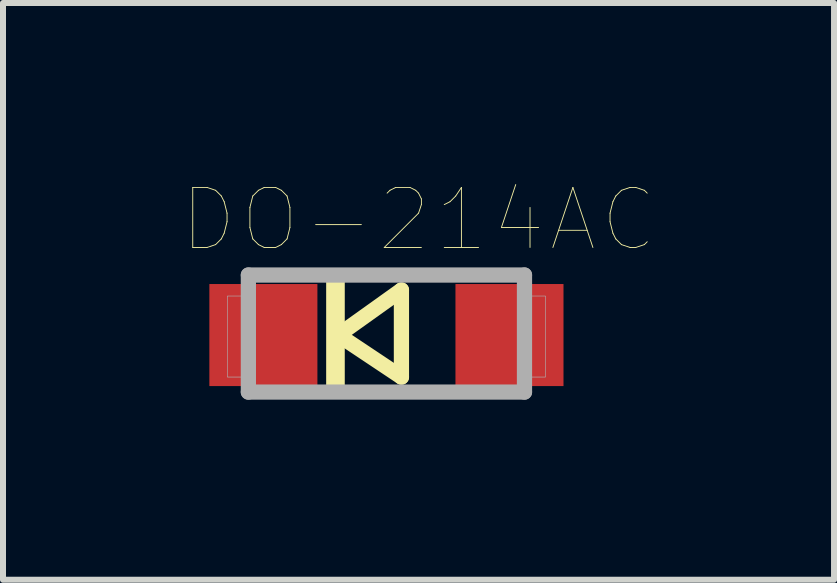
<source format=kicad_pcb>
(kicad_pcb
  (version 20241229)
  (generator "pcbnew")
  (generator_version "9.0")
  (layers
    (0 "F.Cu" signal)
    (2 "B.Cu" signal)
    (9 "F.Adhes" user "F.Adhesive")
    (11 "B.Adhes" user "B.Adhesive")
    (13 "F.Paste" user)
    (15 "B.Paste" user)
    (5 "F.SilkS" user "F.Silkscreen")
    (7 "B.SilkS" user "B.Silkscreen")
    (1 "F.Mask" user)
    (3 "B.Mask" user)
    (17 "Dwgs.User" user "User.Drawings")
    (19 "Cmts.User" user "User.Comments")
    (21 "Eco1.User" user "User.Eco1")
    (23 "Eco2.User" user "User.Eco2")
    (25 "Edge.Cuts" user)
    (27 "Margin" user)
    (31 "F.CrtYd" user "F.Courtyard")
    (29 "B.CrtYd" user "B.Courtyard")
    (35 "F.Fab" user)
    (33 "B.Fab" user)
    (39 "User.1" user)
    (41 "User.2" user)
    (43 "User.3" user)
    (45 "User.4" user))
  (footprint "DO-214AC"
    (layer "F.Cu")
    (at 3.388 2.532)
    (property "Reference" "DO-214AC" (at 0.535 -1.921 0) (layer "F.SilkS") (effects (font (size 1 1) (thickness 0.015))))
    (attr through_hole)
    (fp_line (start -0.8 0) (end 0.25 -0.75) (stroke (width 0.254) (type solid)) (layer "F.SilkS"))
    (fp_line (start 0.25 -0.75) (end 0.25 0.7) (stroke (width 0.254) (type solid)) (layer "F.SilkS"))
    (fp_line (start 0.25 0.7) (end -0.8 0) (stroke (width 0.254) (type solid)) (layer "F.SilkS"))
    (fp_poly (pts (xy -1 -1.05) (xy -0.7 -1.05) (xy -0.7 1.05) (xy -1 1.05)) (stroke (width 0.01) (type solid)) (fill yes) (layer "F.SilkS"))
    (fp_line (start -2.3 -1) (end 2.3 -1) (stroke (width 0.254) (type solid)) (layer "F.Fab"))
    (fp_line (start -2.3 0.95) (end -2.3 -1) (stroke (width 0.254) (type solid)) (layer "F.Fab"))
    (fp_line (start 2.3 -1) (end 2.3 0.95) (stroke (width 0.254) (type solid)) (layer "F.Fab"))
    (fp_line (start 2.3 0.95) (end -2.3 0.95) (stroke (width 0.254) (type solid)) (layer "F.Fab"))
    (fp_poly (pts (xy -2.65 -0.65) (xy -2.4 -0.65) (xy -2.4 0.7) (xy -2.65 0.7)) (stroke (width 0.01) (type solid)) (fill no) (layer "F.Fab"))
    (fp_poly (pts (xy 2.4 -0.65) (xy 2.65 -0.65) (xy 2.65 0.7) (xy 2.4 0.7)) (stroke (width 0.01) (type solid)) (fill no) (layer "F.Fab"))
    (pad "A" smd rect (at 2.05 0) (size 1.8 1.7) (layers "F.Cu" "F.Mask" "F.Paste"))
    (pad "C" smd rect (at -2.05 0) (size 1.8 1.7) (layers "F.Cu" "F.Mask" "F.Paste")))
  (gr_rect
    (start -3 -3)
    (end 10.845 6.609)
    (stroke (width 0.1) (type default))
    (fill no)
    (layer "Edge.Cuts")))
</source>
